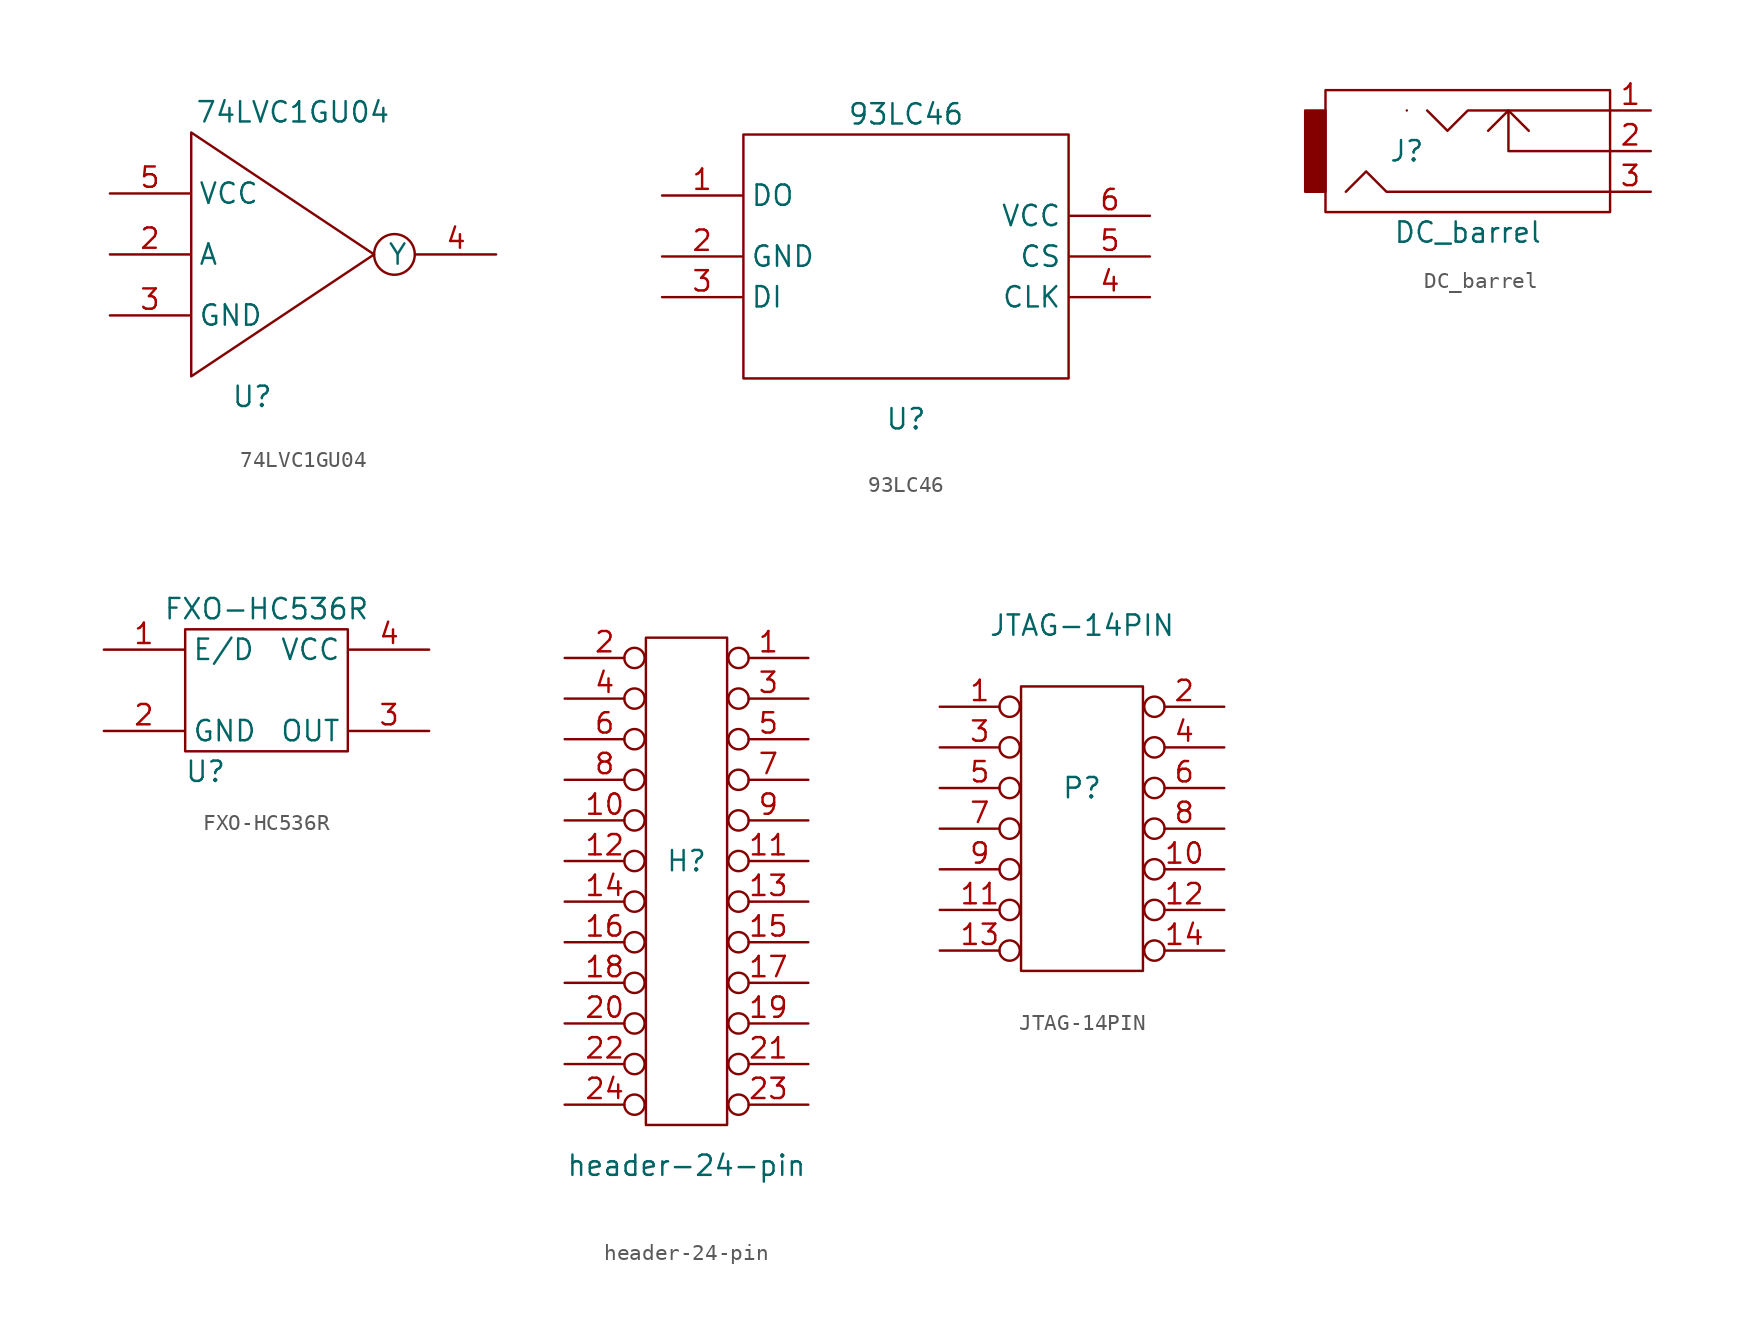
<source format=kicad_sym>
(kicad_symbol_lib
  (version 20211014)
  (generator kicad_symbol_editor)
  (symbol "74LVC1GU04"
    (property "Reference" "U"
      (at 0 -8.89 0)
      (effects (font (size 1.27 1.27))))
    (property "Value" "74LVC1GU04"
      (at 2.54 8.89 0)
      (effects (font (size 1.27 1.27))))
    (symbol "74LVC1GU04_0_1"
      (polyline (pts (xy 7.62 0) (xy -3.81 7.62) (xy -3.81 -7.62) (xy 7.62 0)) (stroke (width 0) (type default) (color 0 0 0 0)) (fill (type none)))
      (circle (center 8.89 0) (radius 1.27) (stroke (width 0) (type default) (color 0 0 0 0)) (fill (type none))))
    (symbol "74LVC1GU04_1_1"
      (pin passive line (at -8.89 0 0) (length 5) (name "A" (effects (font (size 1.27 1.27)))) (number "2" (effects (font (size 1.27 1.27)))))
      (pin power_out line (at -8.89 -3.81 0) (length 5) (name "GND" (effects (font (size 1.27 1.27)))) (number "3" (effects (font (size 1.27 1.27)))))
      (pin passive line (at 15.24 0 180) (length 5) (name "Y" (effects (font (size 1.27 1.27)))) (number "4" (effects (font (size 1.27 1.27)))))
      (pin passive line (at -8.89 3.81 0) (length 5) (name "VCC" (effects (font (size 1.27 1.27)))) (number "5" (effects (font (size 1.27 1.27)))))))
  (symbol "93LC46"
    (property "Reference" "U"
      (at 0 -10.16 0)
      (effects (font (size 1.27 1.27))))
    (property "Value" "93LC46"
      (at 0 8.89 0)
      (effects (font (size 1.27 1.27))))
    (symbol "93LC46_0_1"
      (rectangle (start -10.16 7.62) (end 10.16 -7.62) (stroke (width 0) (type default) (color 0 0 0 0)) (fill (type none))))
    (symbol "93LC46_1_1"
      (pin passive line (at -15.24 3.81 0) (length 5) (name "DO" (effects (font (size 1.27 1.27)))) (number "1" (effects (font (size 1.27 1.27)))))
      (pin passive line (at -15.24 0 0) (length 5) (name "GND" (effects (font (size 1.27 1.27)))) (number "2" (effects (font (size 1.27 1.27)))))
      (pin passive line (at -15.24 -2.54 0) (length 5) (name "DI" (effects (font (size 1.27 1.27)))) (number "3" (effects (font (size 1.27 1.27)))))
      (pin passive line (at 15.24 -2.54 180) (length 5) (name "CLK" (effects (font (size 1.27 1.27)))) (number "4" (effects (font (size 1.27 1.27)))))
      (pin passive line (at 15.24 0 180) (length 5) (name "CS" (effects (font (size 1.27 1.27)))) (number "5" (effects (font (size 1.27 1.27)))))
      (pin passive line (at 15.24 2.54 180) (length 5) (name "VCC" (effects (font (size 1.27 1.27)))) (number "6" (effects (font (size 1.27 1.27)))))))
  (symbol "DC_barrel"
    (property "Reference" "J"
      (at -3.81 0 0)
      (effects (font (size 1.27 1.27))))
    (property "Value" "DC_barrel"
      (at 0 -5.08 0)
      (effects (font (size 1.27 1.27))))
    (symbol "DC_barrel_0_1"
      (rectangle (start -10.16 2.54) (end -8.89 -2.54) (stroke (width 0) (type default) (color 0 0 0 0)) (fill (type outline)))
      (rectangle (start -8.89 3.81) (end 8.89 -3.81) (stroke (width 0) (type default) (color 0 0 0 0)) (fill (type none)))
      (polyline (pts (xy -3.81 2.54) (xy -3.81 2.54)) (stroke (width 0) (type default) (color 0 0 0 0)) (fill (type none)))
      (polyline (pts (xy 8.89 -2.54) (xy -5.08 -2.54) (xy -6.35 -1.27) (xy -7.62 -2.54)) (stroke (width 0) (type default) (color 0 0 0 0)) (fill (type none)))
      (polyline (pts (xy 8.89 2.54) (xy 0 2.54) (xy -1.27 1.27) (xy -2.54 2.54)) (stroke (width 0) (type default) (color 0 0 0 0)) (fill (type none)))
      (polyline (pts (xy 8.89 0) (xy 2.54 0) (xy 2.54 2.54) (xy 1.27 1.27) (xy 2.54 2.54) (xy 3.81 1.27)) (stroke (width 0) (type default) (color 0 0 0 0)) (fill (type none))))
    (symbol "DC_barrel_1_1"
      (pin passive line (at 11.43 2.54 180) (length 2.54) (name "" (effects (font (size 1.27 1.27)))) (number "1" (effects (font (size 1.27 1.27)))))
      (pin passive line (at 11.43 0 180) (length 2.54) (name "" (effects (font (size 1.27 1.27)))) (number "2" (effects (font (size 1.27 1.27)))))
      (pin passive line (at 11.43 -2.54 180) (length 2.54) (name "" (effects (font (size 1.27 1.27)))) (number "3" (effects (font (size 1.27 1.27)))))))
  (symbol "FXO-HC536R"
    (property "Reference" "U"
      (at -3.81 -5.08 0)
      (effects (font (size 1.27 1.27))))
    (property "Value" "FXO-HC536R"
      (at 0 5.08 0)
      (effects (font (size 1.27 1.27))))
    (symbol "FXO-HC536R_0_1"
      (rectangle (start -5.08 3.81) (end 5.08 -3.81) (stroke (width 0) (type default) (color 0 0 0 0)) (fill (type none))))
    (symbol "FXO-HC536R_1_1"
      (pin passive line (at -10.16 2.54 0) (length 5) (name "E/D" (effects (font (size 1.27 1.27)))) (number "1" (effects (font (size 1.27 1.27)))))
      (pin passive line (at -10.16 -2.54 0) (length 5) (name "GND" (effects (font (size 1.27 1.27)))) (number "2" (effects (font (size 1.27 1.27)))))
      (pin passive line (at 10.16 -2.54 180) (length 5) (name "OUT" (effects (font (size 1.27 1.27)))) (number "3" (effects (font (size 1.27 1.27)))))
      (pin passive line (at 10.16 2.54 180) (length 5) (name "VCC" (effects (font (size 1.27 1.27)))) (number "4" (effects (font (size 1.27 1.27)))))))
  (symbol "header-24-pin"
    (property "Reference" "H"
      (at 0 0 0)
      (effects (font (size 1.27 1.27))))
    (property "Value" "header-24-pin"
      (at 0 -19.05 0)
      (effects (font (size 1.27 1.27))))
    (symbol "header-24-pin_0_1"
      (rectangle (start -2.54 13.97) (end 2.54 -16.51) (stroke (width 0) (type default) (color 0 0 0 0)) (fill (type none))))
    (symbol "header-24-pin_1_1"
      (pin passive inverted (at 7.62 12.7 180) (length 5) (name "" (effects (font (size 1.27 1.27)))) (number "1" (effects (font (size 1.27 1.27)))))
      (pin bidirectional inverted (at -7.62 2.54 0) (length 5) (name "" (effects (font (size 1.27 1.27)))) (number "10" (effects (font (size 1.27 1.27)))))
      (pin bidirectional inverted (at 7.62 0 180) (length 5) (name "" (effects (font (size 1.27 1.27)))) (number "11" (effects (font (size 1.27 1.27)))))
      (pin bidirectional inverted (at -7.62 0 0) (length 5) (name "" (effects (font (size 1.27 1.27)))) (number "12" (effects (font (size 1.27 1.27)))))
      (pin bidirectional inverted (at 7.62 -2.54 180) (length 5) (name "" (effects (font (size 1.27 1.27)))) (number "13" (effects (font (size 1.27 1.27)))))
      (pin bidirectional inverted (at -7.62 -2.54 0) (length 5) (name "" (effects (font (size 1.27 1.27)))) (number "14" (effects (font (size 1.27 1.27)))))
      (pin bidirectional inverted (at 7.62 -5.08 180) (length 5) (name "" (effects (font (size 1.27 1.27)))) (number "15" (effects (font (size 1.27 1.27)))))
      (pin bidirectional inverted (at -7.62 -5.08 0) (length 5) (name "" (effects (font (size 1.27 1.27)))) (number "16" (effects (font (size 1.27 1.27)))))
      (pin bidirectional inverted (at 7.62 -7.62 180) (length 5) (name "" (effects (font (size 1.27 1.27)))) (number "17" (effects (font (size 1.27 1.27)))))
      (pin bidirectional inverted (at -7.62 -7.62 0) (length 5) (name "" (effects (font (size 1.27 1.27)))) (number "18" (effects (font (size 1.27 1.27)))))
      (pin bidirectional inverted (at 7.62 -10.16 180) (length 5) (name "" (effects (font (size 1.27 1.27)))) (number "19" (effects (font (size 1.27 1.27)))))
      (pin passive inverted (at -7.62 12.7 0) (length 5) (name "" (effects (font (size 1.27 1.27)))) (number "2" (effects (font (size 1.27 1.27)))))
      (pin bidirectional inverted (at -7.62 -10.16 0) (length 5) (name "" (effects (font (size 1.27 1.27)))) (number "20" (effects (font (size 1.27 1.27)))))
      (pin bidirectional inverted (at 7.62 -12.7 180) (length 5) (name "" (effects (font (size 1.27 1.27)))) (number "21" (effects (font (size 1.27 1.27)))))
      (pin bidirectional inverted (at -7.62 -12.7 0) (length 5) (name "" (effects (font (size 1.27 1.27)))) (number "22" (effects (font (size 1.27 1.27)))))
      (pin bidirectional inverted (at 7.62 -15.24 180) (length 5) (name "" (effects (font (size 1.27 1.27)))) (number "23" (effects (font (size 1.27 1.27)))))
      (pin bidirectional inverted (at -7.62 -15.24 0) (length 5) (name "" (effects (font (size 1.27 1.27)))) (number "24" (effects (font (size 1.27 1.27)))))
      (pin bidirectional inverted (at 7.62 10.16 180) (length 5) (name "" (effects (font (size 1.27 1.27)))) (number "3" (effects (font (size 1.27 1.27)))))
      (pin bidirectional inverted (at -7.62 10.16 0) (length 5) (name "" (effects (font (size 1.27 1.27)))) (number "4" (effects (font (size 1.27 1.27)))))
      (pin bidirectional inverted (at 7.62 7.62 180) (length 5) (name "" (effects (font (size 1.27 1.27)))) (number "5" (effects (font (size 1.27 1.27)))))
      (pin bidirectional inverted (at -7.62 7.62 0) (length 5) (name "" (effects (font (size 1.27 1.27)))) (number "6" (effects (font (size 1.27 1.27)))))
      (pin bidirectional inverted (at 7.62 5.08 180) (length 5) (name "" (effects (font (size 1.27 1.27)))) (number "7" (effects (font (size 1.27 1.27)))))
      (pin bidirectional inverted (at -7.62 5.08 0) (length 5) (name "" (effects (font (size 1.27 1.27)))) (number "8" (effects (font (size 1.27 1.27)))))
      (pin bidirectional inverted (at 7.62 2.54 180) (length 5) (name "" (effects (font (size 1.27 1.27)))) (number "9" (effects (font (size 1.27 1.27)))))))
  (symbol "JTAG-14PIN"
    (property "Reference" "P"
      (at 0 0 0)
      (effects (font (size 1.27 1.27))))
    (property "Value" "JTAG-14PIN"
      (at 0 10.16 0)
      (effects (font (size 1.27 1.27))))
    (symbol "JTAG-14PIN_0_1"
      (rectangle (start -3.81 6.35) (end 3.81 -11.43) (stroke (width 0) (type default) (color 0 0 0 0)) (fill (type none))))
    (symbol "JTAG-14PIN_1_1"
      (pin passive inverted (at -8.89 5.08 0) (length 5) (name "" (effects (font (size 1.27 1.27)))) (number "1" (effects (font (size 1.27 1.27)))))
      (pin passive inverted (at 8.89 -5.08 180) (length 5) (name "" (effects (font (size 1.27 1.27)))) (number "10" (effects (font (size 1.27 1.27)))))
      (pin passive inverted (at -8.89 -7.62 0) (length 5) (name "" (effects (font (size 1.27 1.27)))) (number "11" (effects (font (size 1.27 1.27)))))
      (pin passive inverted (at 8.89 -7.62 180) (length 5) (name "" (effects (font (size 1.27 1.27)))) (number "12" (effects (font (size 1.27 1.27)))))
      (pin passive inverted (at -8.89 -10.16 0) (length 5) (name "" (effects (font (size 1.27 1.27)))) (number "13" (effects (font (size 1.27 1.27)))))
      (pin passive inverted (at 8.89 -10.16 180) (length 5) (name "" (effects (font (size 1.27 1.27)))) (number "14" (effects (font (size 1.27 1.27)))))
      (pin passive inverted (at 8.89 5.08 180) (length 5) (name "" (effects (font (size 1.27 1.27)))) (number "2" (effects (font (size 1.27 1.27)))))
      (pin passive inverted (at -8.89 2.54 0) (length 5) (name "" (effects (font (size 1.27 1.27)))) (number "3" (effects (font (size 1.27 1.27)))))
      (pin passive inverted (at 8.89 2.54 180) (length 5) (name "" (effects (font (size 1.27 1.27)))) (number "4" (effects (font (size 1.27 1.27)))))
      (pin passive inverted (at -8.89 0 0) (length 5) (name "" (effects (font (size 1.27 1.27)))) (number "5" (effects (font (size 1.27 1.27)))))
      (pin passive inverted (at 8.89 0 180) (length 5) (name "" (effects (font (size 1.27 1.27)))) (number "6" (effects (font (size 1.27 1.27)))))
      (pin passive inverted (at -8.89 -2.54 0) (length 5) (name "" (effects (font (size 1.27 1.27)))) (number "7" (effects (font (size 1.27 1.27)))))
      (pin passive inverted (at 8.89 -2.54 180) (length 5) (name "" (effects (font (size 1.27 1.27)))) (number "8" (effects (font (size 1.27 1.27)))))
      (pin passive inverted (at -8.89 -5.08 0) (length 5) (name "" (effects (font (size 1.27 1.27)))) (number "9" (effects (font (size 1.27 1.27))))))))
</source>
